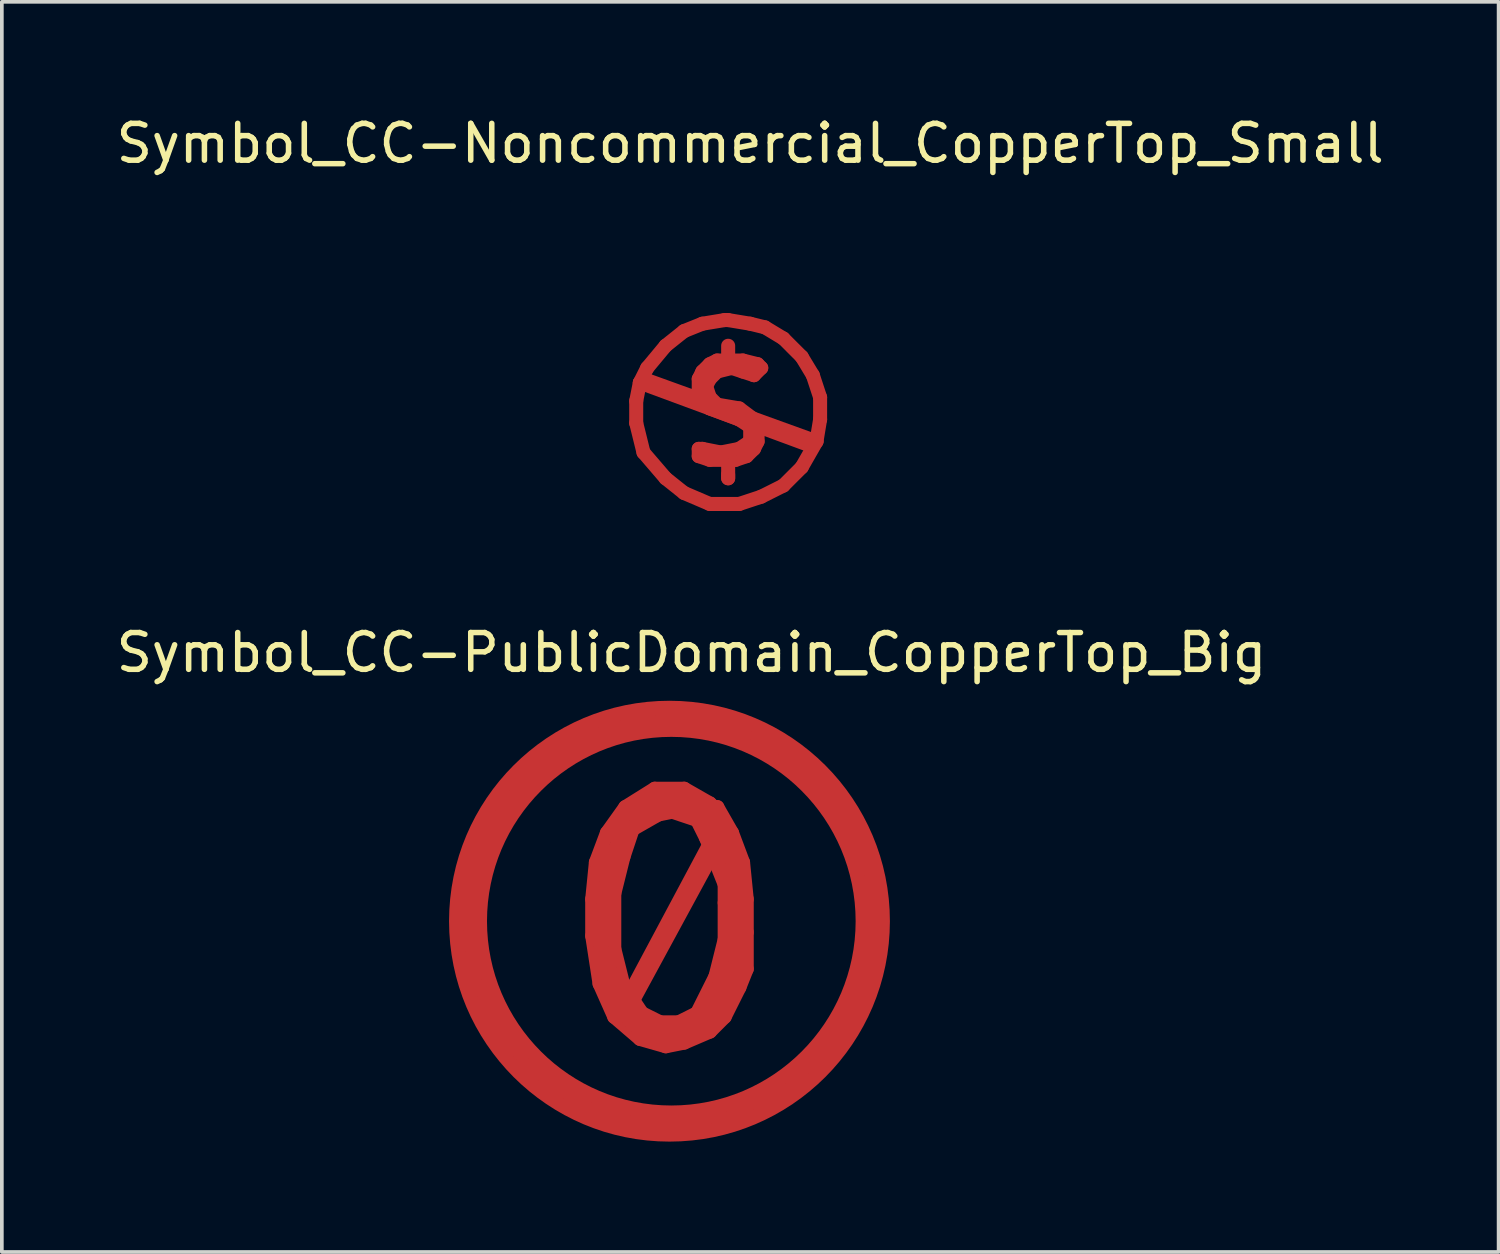
<source format=kicad_pcb>
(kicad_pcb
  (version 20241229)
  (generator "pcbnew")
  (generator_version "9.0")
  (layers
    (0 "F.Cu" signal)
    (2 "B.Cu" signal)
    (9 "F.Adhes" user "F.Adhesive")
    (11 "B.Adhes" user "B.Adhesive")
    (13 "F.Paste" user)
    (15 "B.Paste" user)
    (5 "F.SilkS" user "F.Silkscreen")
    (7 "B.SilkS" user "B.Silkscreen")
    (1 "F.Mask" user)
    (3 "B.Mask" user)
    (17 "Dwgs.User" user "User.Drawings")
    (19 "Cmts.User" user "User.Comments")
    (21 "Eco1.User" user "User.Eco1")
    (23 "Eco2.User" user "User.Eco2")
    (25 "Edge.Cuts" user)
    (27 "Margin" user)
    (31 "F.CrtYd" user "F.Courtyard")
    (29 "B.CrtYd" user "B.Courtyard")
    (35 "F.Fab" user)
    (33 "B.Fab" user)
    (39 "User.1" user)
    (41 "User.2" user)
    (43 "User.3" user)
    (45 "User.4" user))
  (footprint "Symbol_CC-Noncommercial_CopperTop_Small"
    (layer "F.Cu")
    (at 16.74 8.148)
    (property "Reference" "Symbol_CC-Noncommercial_CopperTop_Small" (at 0.599 -7.3 0) (layer "F.SilkS") (effects (font (size 1 1) (thickness 0.15))))
    (attr through_hole)
    (fp_line (start -2.499 -0.3) (end -2.499 0.3) (stroke (width 0.381) (type solid)) (layer "F.Cu"))
    (fp_line (start -2.499 0.3) (end -2.301 1.1) (stroke (width 0.381) (type solid)) (layer "F.Cu"))
    (fp_line (start -2.4 -0.8) (end -2.499 -0.3) (stroke (width 0.381) (type solid)) (layer "F.Cu"))
    (fp_line (start -2.4 -0.8) (end 2.2 0.899) (stroke (width 0.381) (type solid)) (layer "F.Cu"))
    (fp_line (start -2.301 -0.899) (end 2.4 0.8) (stroke (width 0.381) (type solid)) (layer "F.Cu"))
    (fp_line (start -2.301 1.1) (end -1.699 1.801) (stroke (width 0.381) (type solid)) (layer "F.Cu"))
    (fp_line (start -2.2 -1.199) (end -2.4 -0.8) (stroke (width 0.381) (type solid)) (layer "F.Cu"))
    (fp_line (start -1.699 -1.801) (end -2.2 -1.199) (stroke (width 0.381) (type solid)) (layer "F.Cu"))
    (fp_line (start -1.699 1.801) (end -1.199 2.2) (stroke (width 0.381) (type solid)) (layer "F.Cu"))
    (fp_line (start -1.199 -2.2) (end -1.699 -1.801) (stroke (width 0.381) (type solid)) (layer "F.Cu"))
    (fp_line (start -1.199 2.2) (end -0.5 2.499) (stroke (width 0.381) (type solid)) (layer "F.Cu"))
    (fp_line (start -0.8 -0.899) (end -0.8 -0.599) (stroke (width 0.381) (type solid)) (layer "F.Cu"))
    (fp_line (start -0.8 -0.599) (end -0.701 -0.3) (stroke (width 0.381) (type solid)) (layer "F.Cu"))
    (fp_line (start -0.8 1.001) (end -0.8 1.199) (stroke (width 0.381) (type solid)) (layer "F.Cu"))
    (fp_line (start -0.8 1.199) (end -0.5 1.3) (stroke (width 0.381) (type solid)) (layer "F.Cu"))
    (fp_line (start -0.701 -2.4) (end -1.199 -2.2) (stroke (width 0.381) (type solid)) (layer "F.Cu"))
    (fp_line (start -0.701 -1.1) (end -0.8 -0.899) (stroke (width 0.381) (type solid)) (layer "F.Cu"))
    (fp_line (start -0.701 -0.3) (end -0.5 -0.099) (stroke (width 0.381) (type solid)) (layer "F.Cu"))
    (fp_line (start -0.701 1.001) (end -0.8 1.001) (stroke (width 0.381) (type solid)) (layer "F.Cu"))
    (fp_line (start -0.599 -0.701) (end -0.5 -0.899) (stroke (width 0.381) (type solid)) (layer "F.Cu"))
    (fp_line (start -0.5 -1.3) (end -0.701 -1.1) (stroke (width 0.381) (type solid)) (layer "F.Cu"))
    (fp_line (start -0.5 -0.899) (end -0.3 -1.1) (stroke (width 0.381) (type solid)) (layer "F.Cu"))
    (fp_line (start -0.5 -0.399) (end -0.599 -0.701) (stroke (width 0.381) (type solid)) (layer "F.Cu"))
    (fp_line (start -0.5 -0.099) (end 0.3 0.201) (stroke (width 0.381) (type solid)) (layer "F.Cu"))
    (fp_line (start -0.5 1.3) (end 0.201 1.3) (stroke (width 0.381) (type solid)) (layer "F.Cu"))
    (fp_line (start -0.5 2.499) (end 0.3 2.499) (stroke (width 0.381) (type solid)) (layer "F.Cu"))
    (fp_line (start -0.3 -1.4) (end -0.5 -1.3) (stroke (width 0.381) (type solid)) (layer "F.Cu"))
    (fp_line (start -0.3 -1.1) (end 0.099 -1.199) (stroke (width 0.381) (type solid)) (layer "F.Cu"))
    (fp_line (start -0.3 -0.201) (end -0.5 -0.399) (stroke (width 0.381) (type solid)) (layer "F.Cu"))
    (fp_line (start -0.201 1.1) (end -0.701 1.001) (stroke (width 0.381) (type solid)) (layer "F.Cu"))
    (fp_line (start -0.099 -2.499) (end -0.701 -2.4) (stroke (width 0.381) (type solid)) (layer "F.Cu"))
    (fp_line (start 0 -2.499) (end -0.099 -2.499) (stroke (width 0.381) (type solid)) (layer "F.Cu"))
    (fp_line (start 0 -1.501) (end 0 -1.801) (stroke (width 0.381) (type solid)) (layer "F.Cu"))
    (fp_line (start 0 1.3) (end 0 1.801) (stroke (width 0.381) (type solid)) (layer "F.Cu"))
    (fp_line (start 0 1.801) (end 0 1.699) (stroke (width 0.381) (type solid)) (layer "F.Cu"))
    (fp_line (start 0.099 -1.199) (end 0.399 -1.1) (stroke (width 0.381) (type solid)) (layer "F.Cu"))
    (fp_line (start 0.201 1.3) (end 0.5 1.199) (stroke (width 0.381) (type solid)) (layer "F.Cu"))
    (fp_line (start 0.3 -0.099) (end -0.3 -0.201) (stroke (width 0.381) (type solid)) (layer "F.Cu"))
    (fp_line (start 0.3 0.201) (end 0.599 0.399) (stroke (width 0.381) (type solid)) (layer "F.Cu"))
    (fp_line (start 0.3 1.001) (end -0.201 1.1) (stroke (width 0.381) (type solid)) (layer "F.Cu"))
    (fp_line (start 0.3 2.499) (end 0.899 2.301) (stroke (width 0.381) (type solid)) (layer "F.Cu"))
    (fp_line (start 0.399 -1.4) (end -0.3 -1.4) (stroke (width 0.381) (type solid)) (layer "F.Cu"))
    (fp_line (start 0.399 -1.1) (end 0.701 -1.001) (stroke (width 0.381) (type solid)) (layer "F.Cu"))
    (fp_line (start 0.5 1.199) (end 0.701 1.001) (stroke (width 0.381) (type solid)) (layer "F.Cu"))
    (fp_line (start 0.599 -2.4) (end 0 -2.499) (stroke (width 0.381) (type solid)) (layer "F.Cu"))
    (fp_line (start 0.599 0.399) (end 0.599 0.8) (stroke (width 0.381) (type solid)) (layer "F.Cu"))
    (fp_line (start 0.599 0.8) (end 0.3 1.001) (stroke (width 0.381) (type solid)) (layer "F.Cu"))
    (fp_line (start 0.701 -1.001) (end 0.899 -1.199) (stroke (width 0.381) (type solid)) (layer "F.Cu"))
    (fp_line (start 0.701 0.201) (end 0.3 -0.099) (stroke (width 0.381) (type solid)) (layer "F.Cu"))
    (fp_line (start 0.701 1.001) (end 0.8 0.8) (stroke (width 0.381) (type solid)) (layer "F.Cu"))
    (fp_line (start 0.8 -1.3) (end 0.399 -1.4) (stroke (width 0.381) (type solid)) (layer "F.Cu"))
    (fp_line (start 0.8 0.5) (end 0.701 0.201) (stroke (width 0.381) (type solid)) (layer "F.Cu"))
    (fp_line (start 0.8 0.8) (end 0.8 0.5) (stroke (width 0.381) (type solid)) (layer "F.Cu"))
    (fp_line (start 0.899 -1.199) (end 0.8 -1.3) (stroke (width 0.381) (type solid)) (layer "F.Cu"))
    (fp_line (start 0.899 2.301) (end 1.501 1.999) (stroke (width 0.381) (type solid)) (layer "F.Cu"))
    (fp_line (start 1.001 -2.301) (end 0.599 -2.4) (stroke (width 0.381) (type solid)) (layer "F.Cu"))
    (fp_line (start 1.501 -1.999) (end 1.001 -2.301) (stroke (width 0.381) (type solid)) (layer "F.Cu"))
    (fp_line (start 1.501 1.999) (end 1.999 1.501) (stroke (width 0.381) (type solid)) (layer "F.Cu"))
    (fp_line (start 1.999 -1.501) (end 1.501 -1.999) (stroke (width 0.381) (type solid)) (layer "F.Cu"))
    (fp_line (start 1.999 1.501) (end 2.4 0.8) (stroke (width 0.381) (type solid)) (layer "F.Cu"))
    (fp_line (start 2.301 -1.001) (end 1.999 -1.501) (stroke (width 0.381) (type solid)) (layer "F.Cu"))
    (fp_line (start 2.4 0.8) (end 2.499 0.201) (stroke (width 0.381) (type solid)) (layer "F.Cu"))
    (fp_line (start 2.499 -0.399) (end 2.301 -1.001) (stroke (width 0.381) (type solid)) (layer "F.Cu"))
    (fp_line (start 2.499 0.201) (end 2.499 -0.399) (stroke (width 0.381) (type solid)) (layer "F.Cu")))
  (footprint "Symbol_CC-PublicDomain_CopperTop_Big"
    (layer "F.Cu")
    (at 15.145 21.986)
    (property "Reference" "Symbol_CC-PublicDomain_CopperTop_Big" (at 0.599 -7.3 0) (layer "F.SilkS") (effects (font (size 1 1) (thickness 0.15))))
    (attr through_hole)
    (fp_line (start -2.1 -0.6) (end -2 -1.6) (stroke (width 0.381) (type solid)) (layer "F.Cu"))
    (fp_line (start -2.1 0.4) (end -2.1 -0.6) (stroke (width 0.381) (type solid)) (layer "F.Cu"))
    (fp_line (start -2 -1.6) (end -1.7 -2.4) (stroke (width 0.381) (type solid)) (layer "F.Cu"))
    (fp_line (start -1.9 0.6) (end -1.7 -1.9) (stroke (width 0.381) (type solid)) (layer "F.Cu"))
    (fp_line (start -1.9 1.7) (end -2.1 0.4) (stroke (width 0.381) (type solid)) (layer "F.Cu"))
    (fp_line (start -1.8 -0.7) (end -1.4 -2.2) (stroke (width 0.381) (type solid)) (layer "F.Cu"))
    (fp_line (start -1.8 1.2) (end -1.6 1.9) (stroke (width 0.381) (type solid)) (layer "F.Cu"))
    (fp_line (start -1.7 -2.4) (end -1.2 -3.1) (stroke (width 0.381) (type solid)) (layer "F.Cu"))
    (fp_line (start -1.7 1) (end -1.8 -0.7) (stroke (width 0.381) (type solid)) (layer "F.Cu"))
    (fp_line (start -1.6 1.9) (end -1.2 2.5) (stroke (width 0.381) (type solid)) (layer "F.Cu"))
    (fp_line (start -1.5 -0.75) (end -1.25 -1.75) (stroke (width 0.381) (type solid)) (layer "F.Cu"))
    (fp_line (start -1.5 0.75) (end -1.5 -0.75) (stroke (width 0.381) (type solid)) (layer "F.Cu"))
    (fp_line (start -1.5 2.6) (end -1.9 1.7) (stroke (width 0.381) (type solid)) (layer "F.Cu"))
    (fp_line (start -1.4 -2.2) (end -1 -2.9) (stroke (width 0.381) (type solid)) (layer "F.Cu"))
    (fp_line (start -1.3 2.3) (end -1.7 1) (stroke (width 0.381) (type solid)) (layer "F.Cu"))
    (fp_line (start -1.25 -1.75) (end -1 -2.5) (stroke (width 0.381) (type solid)) (layer "F.Cu"))
    (fp_line (start -1.25 1.75) (end -1.5 0.75) (stroke (width 0.381) (type solid)) (layer "F.Cu"))
    (fp_line (start -1.2 -3.1) (end -0.4 -3.6) (stroke (width 0.381) (type solid)) (layer "F.Cu"))
    (fp_line (start -1.15 2.45) (end -1.1 2.65) (stroke (width 0.381) (type solid)) (layer "F.Cu"))
    (fp_line (start -1.1 2.7) (end -1.9 0.6) (stroke (width 0.381) (type solid)) (layer "F.Cu"))
    (fp_line (start -1 -2.9) (end -0.2 -3.3) (stroke (width 0.381) (type solid)) (layer "F.Cu"))
    (fp_line (start -1 -2.5) (end -0.3 -2.9) (stroke (width 0.381) (type solid)) (layer "F.Cu"))
    (fp_line (start -0.8 3.2) (end -1.5 2.6) (stroke (width 0.381) (type solid)) (layer "F.Cu"))
    (fp_line (start -0.75 2.5) (end -1.25 1.75) (stroke (width 0.381) (type solid)) (layer "F.Cu"))
    (fp_line (start -0.5 3.2) (end -1.1 2.7) (stroke (width 0.381) (type solid)) (layer "F.Cu"))
    (fp_line (start -0.4 -3.6) (end 0.4 -3.6) (stroke (width 0.381) (type solid)) (layer "F.Cu"))
    (fp_line (start -0.4 3) (end -1.3 2.3) (stroke (width 0.381) (type solid)) (layer "F.Cu"))
    (fp_line (start -0.3 -2.9) (end 0.2 -3) (stroke (width 0.381) (type solid)) (layer "F.Cu"))
    (fp_line (start -0.25 2.75) (end -0.75 2.5) (stroke (width 0.381) (type solid)) (layer "F.Cu"))
    (fp_line (start -0.2 -3.3) (end 0.7 -3.2) (stroke (width 0.381) (type solid)) (layer "F.Cu"))
    (fp_line (start -0.1 3.4) (end -0.8 3.2) (stroke (width 0.381) (type solid)) (layer "F.Cu"))
    (fp_line (start 0 -3) (end 0.75 -2.75) (stroke (width 0.381) (type solid)) (layer "F.Cu"))
    (fp_line (start 0.2 -3) (end 0.8 -3) (stroke (width 0.381) (type solid)) (layer "F.Cu"))
    (fp_line (start 0.2 3.2) (end -0.5 3.2) (stroke (width 0.381) (type solid)) (layer "F.Cu"))
    (fp_line (start 0.25 2.75) (end -0.25 2.75) (stroke (width 0.381) (type solid)) (layer "F.Cu"))
    (fp_line (start 0.4 -3.6) (end 1.1 -3.2) (stroke (width 0.381) (type solid)) (layer "F.Cu"))
    (fp_line (start 0.4 3.3) (end -0.1 3.4) (stroke (width 0.381) (type solid)) (layer "F.Cu"))
    (fp_line (start 0.5 3) (end -0.4 3) (stroke (width 0.381) (type solid)) (layer "F.Cu"))
    (fp_line (start 0.7 -3.2) (end 1.3 -3.1) (stroke (width 0.381) (type solid)) (layer "F.Cu"))
    (fp_line (start 0.75 -2.75) (end 1 -2.25) (stroke (width 0.381) (type solid)) (layer "F.Cu"))
    (fp_line (start 0.75 2.5) (end 0.25 2.75) (stroke (width 0.381) (type solid)) (layer "F.Cu"))
    (fp_line (start 0.8 -3) (end 1.4 -2.3) (stroke (width 0.381) (type solid)) (layer "F.Cu"))
    (fp_line (start 1 -2.25) (end 1.5 -1) (stroke (width 0.381) (type solid)) (layer "F.Cu"))
    (fp_line (start 1 2.7) (end 0.5 3) (stroke (width 0.381) (type solid)) (layer "F.Cu"))
    (fp_line (start 1.1 -3.2) (end 1.1 -2.9) (stroke (width 0.381) (type solid)) (layer "F.Cu"))
    (fp_line (start 1.1 -2.9) (end 1.8 -1.5) (stroke (width 0.381) (type solid)) (layer "F.Cu"))
    (fp_line (start 1.1 -2.5) (end 1.4 -1.9) (stroke (width 0.381) (type solid)) (layer "F.Cu"))
    (fp_line (start 1.1 3) (end 0.4 3.3) (stroke (width 0.381) (type solid)) (layer "F.Cu"))
    (fp_line (start 1.2 2.6) (end 0.2 3.2) (stroke (width 0.381) (type solid)) (layer "F.Cu"))
    (fp_line (start 1.25 -2.4) (end -1.15 2.1) (stroke (width 0.381) (type solid)) (layer "F.Cu"))
    (fp_line (start 1.25 1.5) (end 0.75 2.5) (stroke (width 0.381) (type solid)) (layer "F.Cu"))
    (fp_line (start 1.3 -3.1) (end 1.7 -2.4) (stroke (width 0.381) (type solid)) (layer "F.Cu"))
    (fp_line (start 1.4 -2.3) (end 1.6 -1.4) (stroke (width 0.381) (type solid)) (layer "F.Cu"))
    (fp_line (start 1.4 -2.25) (end -1.15 2.45) (stroke (width 0.381) (type solid)) (layer "F.Cu"))
    (fp_line (start 1.4 1.8) (end 1 2.7) (stroke (width 0.381) (type solid)) (layer "F.Cu"))
    (fp_line (start 1.5 -1) (end 1.5 -0.5) (stroke (width 0.381) (type solid)) (layer "F.Cu"))
    (fp_line (start 1.5 -0.5) (end 1.5 0.5) (stroke (width 0.381) (type solid)) (layer "F.Cu"))
    (fp_line (start 1.5 0.5) (end 1.25 1.5) (stroke (width 0.381) (type solid)) (layer "F.Cu"))
    (fp_line (start 1.5 2.6) (end 1.1 3) (stroke (width 0.381) (type solid)) (layer "F.Cu"))
    (fp_line (start 1.6 -1.4) (end 1.7 -0.3) (stroke (width 0.381) (type solid)) (layer "F.Cu"))
    (fp_line (start 1.7 -2.4) (end 2 -1.6) (stroke (width 0.381) (type solid)) (layer "F.Cu"))
    (fp_line (start 1.7 -0.3) (end 1.7 0.9) (stroke (width 0.381) (type solid)) (layer "F.Cu"))
    (fp_line (start 1.7 0.9) (end 1.4 1.8) (stroke (width 0.381) (type solid)) (layer "F.Cu"))
    (fp_line (start 1.8 -1.5) (end 1.8 -0.4) (stroke (width 0.381) (type solid)) (layer "F.Cu"))
    (fp_line (start 1.8 -0.4) (end 1.8 1.1) (stroke (width 0.381) (type solid)) (layer "F.Cu"))
    (fp_line (start 1.8 1.1) (end 1.2 2.6) (stroke (width 0.381) (type solid)) (layer "F.Cu"))
    (fp_line (start 1.9 1.8) (end 1.5 2.6) (stroke (width 0.381) (type solid)) (layer "F.Cu"))
    (fp_line (start 2 -1.6) (end 2.1 -0.6) (stroke (width 0.381) (type solid)) (layer "F.Cu"))
    (fp_line (start 2.1 -0.6) (end 2.1 0.3) (stroke (width 0.381) (type solid)) (layer "F.Cu"))
    (fp_line (start 2.1 0.3) (end 2.1 1.3) (stroke (width 0.381) (type solid)) (layer "F.Cu"))
    (fp_line (start 2.1 1.3) (end 1.9 1.8) (stroke (width 0.381) (type solid)) (layer "F.Cu"))
    (fp_circle (center 0 0) (end 5.5 0) (stroke (width 0.381) (type solid)) (fill no) (layer "F.Cu"))
    (fp_circle (center 0 0) (end 5.8 -0.05) (stroke (width 0.381) (type solid)) (fill no) (layer "F.Cu"))
    (fp_circle (center 0.05 0) (end 5.25 0) (stroke (width 0.381) (type solid)) (fill no) (layer "F.Cu")))
  (gr_rect
    (start -3 -3)
    (end 37.679 30.977)
    (stroke (width 0.1) (type default))
    (fill no)
    (layer "Edge.Cuts")))
</source>
